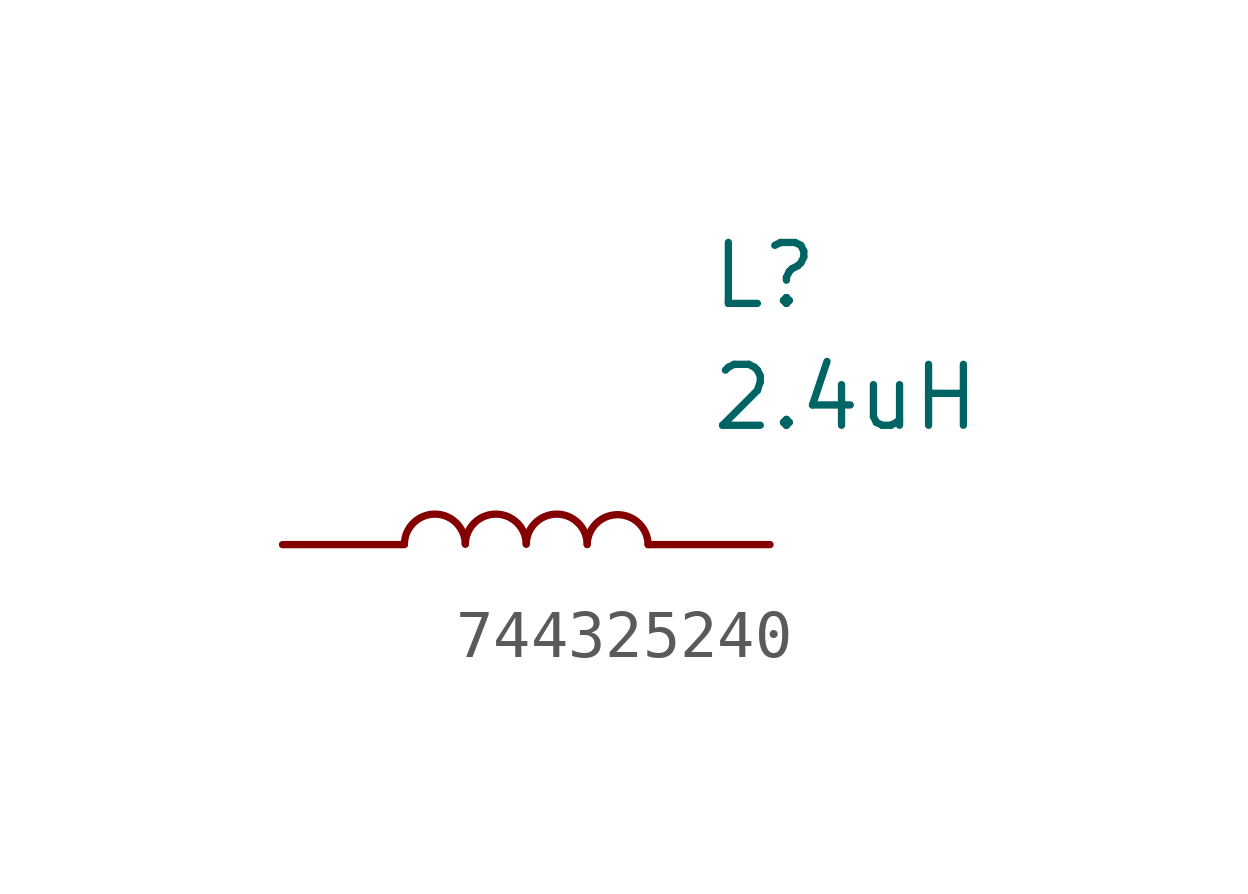
<source format=kicad_sym>
(kicad_symbol_lib
  (version 20220914)
  (generator kicad_symbol_editor)
  (symbol "744325240"
    (pin_numbers hide)
    (pin_names hide)
    (property "Reference" "L"
      (at 16.51 6.35 0)
      (effects (font (size 1.27 1.27)) (justify left top)))
    (property "Value" "2.4uH"
      (at 16.51 3.81 0)
      (effects (font (size 1.27 1.27)) (justify left top)))
    (symbol "744325240_0_1"
      (arc (start 11.43 0.0113) (mid 10.795 0.6351) (end 10.16 0.0113) (stroke (width 0) (type default)) (fill (type none)))
      (arc (start 12.7 0.0113) (mid 12.065 0.6351) (end 11.43 0.0113) (stroke (width 0) (type default)) (fill (type none)))
      (arc (start 13.97 0.0113) (mid 13.335 0.6351) (end 12.7 0.0113) (stroke (width 0) (type default)) (fill (type none)))
      (arc (start 15.24 0) (mid 14.605 0.6238) (end 13.97 0) (stroke (width 0) (type default)) (fill (type none))))
    (symbol "744325240_1_1"
      (pin passive line (at 7.62 0 0) (length 2.54) (name "1" (effects (font (size 1.27 1.27)))) (number "1" (effects (font (size 1.27 1.27)))))
      (pin passive line (at 17.78 0 180) (length 2.54) (name "2" (effects (font (size 1.27 1.27)))) (number "2" (effects (font (size 1.27 1.27))))))))
</source>
